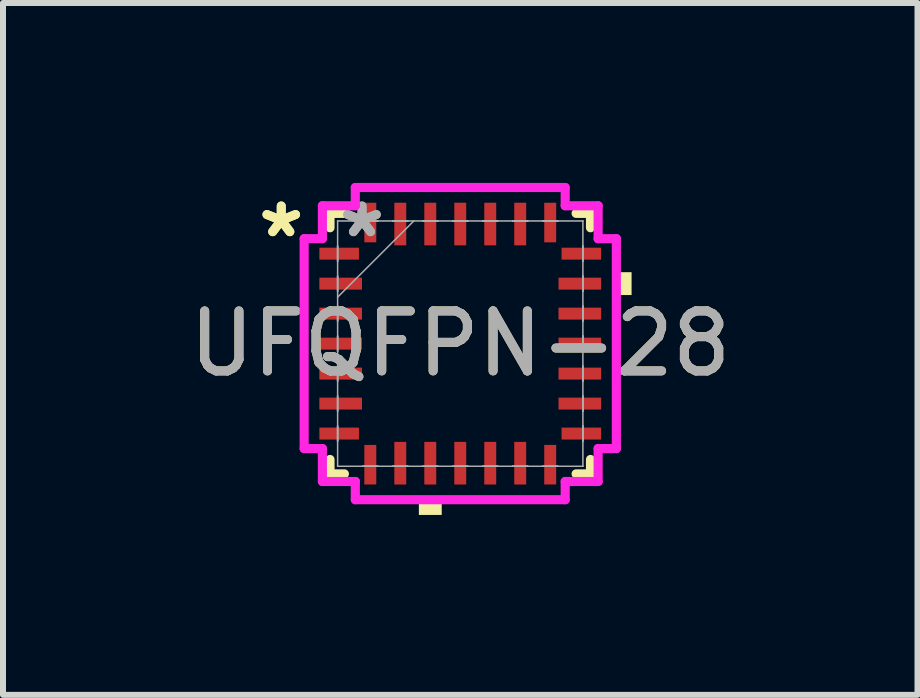
<source format=kicad_pcb>
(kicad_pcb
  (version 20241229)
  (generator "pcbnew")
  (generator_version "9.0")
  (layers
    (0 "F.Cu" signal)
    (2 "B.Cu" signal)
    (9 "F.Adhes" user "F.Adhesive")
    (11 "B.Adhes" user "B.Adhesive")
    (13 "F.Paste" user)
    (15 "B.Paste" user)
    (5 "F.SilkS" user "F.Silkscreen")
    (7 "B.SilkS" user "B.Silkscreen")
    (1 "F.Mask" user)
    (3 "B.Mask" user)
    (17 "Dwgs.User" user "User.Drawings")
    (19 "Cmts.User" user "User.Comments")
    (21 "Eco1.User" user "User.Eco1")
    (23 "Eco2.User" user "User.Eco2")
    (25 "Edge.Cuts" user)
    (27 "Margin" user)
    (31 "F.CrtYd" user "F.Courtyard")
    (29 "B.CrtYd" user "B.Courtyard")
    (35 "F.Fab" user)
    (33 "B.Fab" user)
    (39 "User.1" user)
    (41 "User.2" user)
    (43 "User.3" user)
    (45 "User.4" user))
  (footprint "UFQFPN-28"
    (layer "F.Cu")
    (at 4.625 2.68)
    (property "Reference" "UFQFPN-28" (at 0 0 0) (unlocked yes) (layer "F.SilkS") (effects (font (size 1 1) (thickness 0.15))))
    (attr smd)
    (fp_line (start -2.172 -2.172) (end -2.172 -1.932) (stroke (width 0.152) (type solid)) (layer "F.SilkS"))
    (fp_line (start -2.172 1.932) (end -2.172 2.172) (stroke (width 0.152) (type solid)) (layer "F.SilkS"))
    (fp_line (start -2.172 2.172) (end -1.932 2.172) (stroke (width 0.152) (type solid)) (layer "F.SilkS"))
    (fp_line (start -1.932 -2.172) (end -2.172 -2.172) (stroke (width 0.152) (type solid)) (layer "F.SilkS"))
    (fp_line (start 1.932 2.172) (end 2.172 2.172) (stroke (width 0.152) (type solid)) (layer "F.SilkS"))
    (fp_line (start 2.172 -2.172) (end 1.932 -2.172) (stroke (width 0.152) (type solid)) (layer "F.SilkS"))
    (fp_line (start 2.172 -1.932) (end 2.172 -2.172) (stroke (width 0.152) (type solid)) (layer "F.SilkS"))
    (fp_line (start 2.172 2.172) (end 2.172 1.932) (stroke (width 0.152) (type solid)) (layer "F.SilkS"))
    (fp_poly (pts (xy -0.69 2.603) (xy -0.69 2.857) (xy -0.309 2.857) (xy -0.309 2.603)) (stroke (width 0) (type solid)) (fill yes) (layer "F.SilkS"))
    (fp_poly (pts (xy 2.857 -1.191) (xy 2.857 -0.81) (xy 2.603 -0.81) (xy 2.603 -1.191)) (stroke (width 0) (type solid)) (fill yes) (layer "F.SilkS"))
    (fp_line (start -2.603 -1.75) (end -2.299 -1.75) (stroke (width 0.152) (type solid)) (layer "F.CrtYd"))
    (fp_line (start -2.603 1.75) (end -2.603 -1.75) (stroke (width 0.152) (type solid)) (layer "F.CrtYd"))
    (fp_line (start -2.299 -2.299) (end -1.75 -2.299) (stroke (width 0.152) (type solid)) (layer "F.CrtYd"))
    (fp_line (start -2.299 -1.75) (end -2.299 -2.299) (stroke (width 0.152) (type solid)) (layer "F.CrtYd"))
    (fp_line (start -2.299 1.75) (end -2.603 1.75) (stroke (width 0.152) (type solid)) (layer "F.CrtYd"))
    (fp_line (start -2.299 2.299) (end -2.299 1.75) (stroke (width 0.152) (type solid)) (layer "F.CrtYd"))
    (fp_line (start -1.75 -2.603) (end 1.75 -2.603) (stroke (width 0.152) (type solid)) (layer "F.CrtYd"))
    (fp_line (start -1.75 -2.299) (end -1.75 -2.603) (stroke (width 0.152) (type solid)) (layer "F.CrtYd"))
    (fp_line (start -1.75 2.299) (end -2.299 2.299) (stroke (width 0.152) (type solid)) (layer "F.CrtYd"))
    (fp_line (start -1.75 2.603) (end -1.75 2.299) (stroke (width 0.152) (type solid)) (layer "F.CrtYd"))
    (fp_line (start 1.75 -2.603) (end 1.75 -2.299) (stroke (width 0.152) (type solid)) (layer "F.CrtYd"))
    (fp_line (start 1.75 -2.299) (end 2.299 -2.299) (stroke (width 0.152) (type solid)) (layer "F.CrtYd"))
    (fp_line (start 1.75 2.299) (end 1.75 2.603) (stroke (width 0.152) (type solid)) (layer "F.CrtYd"))
    (fp_line (start 1.75 2.603) (end -1.75 2.603) (stroke (width 0.152) (type solid)) (layer "F.CrtYd"))
    (fp_line (start 2.299 -2.299) (end 2.299 -1.75) (stroke (width 0.152) (type solid)) (layer "F.CrtYd"))
    (fp_line (start 2.299 -1.75) (end 2.603 -1.75) (stroke (width 0.152) (type solid)) (layer "F.CrtYd"))
    (fp_line (start 2.299 1.75) (end 2.299 2.299) (stroke (width 0.152) (type solid)) (layer "F.CrtYd"))
    (fp_line (start 2.299 2.299) (end 1.75 2.299) (stroke (width 0.152) (type solid)) (layer "F.CrtYd"))
    (fp_line (start 2.603 -1.75) (end 2.603 1.75) (stroke (width 0.152) (type solid)) (layer "F.CrtYd"))
    (fp_line (start 2.603 1.75) (end 2.299 1.75) (stroke (width 0.152) (type solid)) (layer "F.CrtYd"))
    (fp_line (start -2.045 -2.045) (end -2.045 -2.045) (stroke (width 0.025) (type solid)) (layer "F.Fab"))
    (fp_line (start -2.045 -2.045) (end -2.045 2.045) (stroke (width 0.025) (type solid)) (layer "F.Fab"))
    (fp_line (start -2.045 -1.625) (end -2.045 -1.625) (stroke (width 0.025) (type solid)) (layer "F.Fab"))
    (fp_line (start -2.045 -1.625) (end -2.045 -1.375) (stroke (width 0.025) (type solid)) (layer "F.Fab"))
    (fp_line (start -2.045 -1.375) (end -2.045 -1.625) (stroke (width 0.025) (type solid)) (layer "F.Fab"))
    (fp_line (start -2.045 -1.375) (end -2.045 -1.375) (stroke (width 0.025) (type solid)) (layer "F.Fab"))
    (fp_line (start -2.045 -1.125) (end -2.045 -1.125) (stroke (width 0.025) (type solid)) (layer "F.Fab"))
    (fp_line (start -2.045 -1.125) (end -2.045 -0.875) (stroke (width 0.025) (type solid)) (layer "F.Fab"))
    (fp_line (start -2.045 -0.875) (end -2.045 -1.125) (stroke (width 0.025) (type solid)) (layer "F.Fab"))
    (fp_line (start -2.045 -0.875) (end -2.045 -0.875) (stroke (width 0.025) (type solid)) (layer "F.Fab"))
    (fp_line (start -2.045 -0.775) (end -0.775 -2.045) (stroke (width 0.025) (type solid)) (layer "F.Fab"))
    (fp_line (start -2.045 -0.625) (end -2.045 -0.625) (stroke (width 0.025) (type solid)) (layer "F.Fab"))
    (fp_line (start -2.045 -0.625) (end -2.045 -0.375) (stroke (width 0.025) (type solid)) (layer "F.Fab"))
    (fp_line (start -2.045 -0.375) (end -2.045 -0.625) (stroke (width 0.025) (type solid)) (layer "F.Fab"))
    (fp_line (start -2.045 -0.375) (end -2.045 -0.375) (stroke (width 0.025) (type solid)) (layer "F.Fab"))
    (fp_line (start -2.045 -0.125) (end -2.045 -0.125) (stroke (width 0.025) (type solid)) (layer "F.Fab"))
    (fp_line (start -2.045 -0.125) (end -2.045 0.125) (stroke (width 0.025) (type solid)) (layer "F.Fab"))
    (fp_line (start -2.045 0.125) (end -2.045 -0.125) (stroke (width 0.025) (type solid)) (layer "F.Fab"))
    (fp_line (start -2.045 0.125) (end -2.045 0.125) (stroke (width 0.025) (type solid)) (layer "F.Fab"))
    (fp_line (start -2.045 0.375) (end -2.045 0.375) (stroke (width 0.025) (type solid)) (layer "F.Fab"))
    (fp_line (start -2.045 0.375) (end -2.045 0.625) (stroke (width 0.025) (type solid)) (layer "F.Fab"))
    (fp_line (start -2.045 0.625) (end -2.045 0.375) (stroke (width 0.025) (type solid)) (layer "F.Fab"))
    (fp_line (start -2.045 0.625) (end -2.045 0.625) (stroke (width 0.025) (type solid)) (layer "F.Fab"))
    (fp_line (start -2.045 0.875) (end -2.045 0.875) (stroke (width 0.025) (type solid)) (layer "F.Fab"))
    (fp_line (start -2.045 0.875) (end -2.045 1.125) (stroke (width 0.025) (type solid)) (layer "F.Fab"))
    (fp_line (start -2.045 1.125) (end -2.045 0.875) (stroke (width 0.025) (type solid)) (layer "F.Fab"))
    (fp_line (start -2.045 1.125) (end -2.045 1.125) (stroke (width 0.025) (type solid)) (layer "F.Fab"))
    (fp_line (start -2.045 1.375) (end -2.045 1.375) (stroke (width 0.025) (type solid)) (layer "F.Fab"))
    (fp_line (start -2.045 1.375) (end -2.045 1.625) (stroke (width 0.025) (type solid)) (layer "F.Fab"))
    (fp_line (start -2.045 1.625) (end -2.045 1.375) (stroke (width 0.025) (type solid)) (layer "F.Fab"))
    (fp_line (start -2.045 1.625) (end -2.045 1.625) (stroke (width 0.025) (type solid)) (layer "F.Fab"))
    (fp_line (start -2.045 2.045) (end -2.045 2.045) (stroke (width 0.025) (type solid)) (layer "F.Fab"))
    (fp_line (start -2.045 2.045) (end 2.045 2.045) (stroke (width 0.025) (type solid)) (layer "F.Fab"))
    (fp_line (start -1.625 -2.045) (end -1.625 -2.045) (stroke (width 0.025) (type solid)) (layer "F.Fab"))
    (fp_line (start -1.625 -2.045) (end -1.375 -2.045) (stroke (width 0.025) (type solid)) (layer "F.Fab"))
    (fp_line (start -1.625 2.045) (end -1.625 2.045) (stroke (width 0.025) (type solid)) (layer "F.Fab"))
    (fp_line (start -1.625 2.045) (end -1.375 2.045) (stroke (width 0.025) (type solid)) (layer "F.Fab"))
    (fp_line (start -1.375 -2.045) (end -1.625 -2.045) (stroke (width 0.025) (type solid)) (layer "F.Fab"))
    (fp_line (start -1.375 -2.045) (end -1.375 -2.045) (stroke (width 0.025) (type solid)) (layer "F.Fab"))
    (fp_line (start -1.375 2.045) (end -1.625 2.045) (stroke (width 0.025) (type solid)) (layer "F.Fab"))
    (fp_line (start -1.375 2.045) (end -1.375 2.045) (stroke (width 0.025) (type solid)) (layer "F.Fab"))
    (fp_line (start -1.125 -2.045) (end -1.125 -2.045) (stroke (width 0.025) (type solid)) (layer "F.Fab"))
    (fp_line (start -1.125 -2.045) (end -0.875 -2.045) (stroke (width 0.025) (type solid)) (layer "F.Fab"))
    (fp_line (start -1.125 2.045) (end -1.125 2.045) (stroke (width 0.025) (type solid)) (layer "F.Fab"))
    (fp_line (start -1.125 2.045) (end -0.875 2.045) (stroke (width 0.025) (type solid)) (layer "F.Fab"))
    (fp_line (start -0.875 -2.045) (end -1.125 -2.045) (stroke (width 0.025) (type solid)) (layer "F.Fab"))
    (fp_line (start -0.875 -2.045) (end -0.875 -2.045) (stroke (width 0.025) (type solid)) (layer "F.Fab"))
    (fp_line (start -0.875 2.045) (end -1.125 2.045) (stroke (width 0.025) (type solid)) (layer "F.Fab"))
    (fp_line (start -0.875 2.045) (end -0.875 2.045) (stroke (width 0.025) (type solid)) (layer "F.Fab"))
    (fp_line (start -0.625 -2.045) (end -0.625 -2.045) (stroke (width 0.025) (type solid)) (layer "F.Fab"))
    (fp_line (start -0.625 -2.045) (end -0.375 -2.045) (stroke (width 0.025) (type solid)) (layer "F.Fab"))
    (fp_line (start -0.625 2.045) (end -0.625 2.045) (stroke (width 0.025) (type solid)) (layer "F.Fab"))
    (fp_line (start -0.625 2.045) (end -0.375 2.045) (stroke (width 0.025) (type solid)) (layer "F.Fab"))
    (fp_line (start -0.375 -2.045) (end -0.625 -2.045) (stroke (width 0.025) (type solid)) (layer "F.Fab"))
    (fp_line (start -0.375 -2.045) (end -0.375 -2.045) (stroke (width 0.025) (type solid)) (layer "F.Fab"))
    (fp_line (start -0.375 2.045) (end -0.625 2.045) (stroke (width 0.025) (type solid)) (layer "F.Fab"))
    (fp_line (start -0.375 2.045) (end -0.375 2.045) (stroke (width 0.025) (type solid)) (layer "F.Fab"))
    (fp_line (start -0.125 -2.045) (end -0.125 -2.045) (stroke (width 0.025) (type solid)) (layer "F.Fab"))
    (fp_line (start -0.125 -2.045) (end 0.125 -2.045) (stroke (width 0.025) (type solid)) (layer "F.Fab"))
    (fp_line (start -0.125 2.045) (end -0.125 2.045) (stroke (width 0.025) (type solid)) (layer "F.Fab"))
    (fp_line (start -0.125 2.045) (end 0.125 2.045) (stroke (width 0.025) (type solid)) (layer "F.Fab"))
    (fp_line (start 0.125 -2.045) (end -0.125 -2.045) (stroke (width 0.025) (type solid)) (layer "F.Fab"))
    (fp_line (start 0.125 -2.045) (end 0.125 -2.045) (stroke (width 0.025) (type solid)) (layer "F.Fab"))
    (fp_line (start 0.125 2.045) (end -0.125 2.045) (stroke (width 0.025) (type solid)) (layer "F.Fab"))
    (fp_line (start 0.125 2.045) (end 0.125 2.045) (stroke (width 0.025) (type solid)) (layer "F.Fab"))
    (fp_line (start 0.375 -2.045) (end 0.375 -2.045) (stroke (width 0.025) (type solid)) (layer "F.Fab"))
    (fp_line (start 0.375 -2.045) (end 0.625 -2.045) (stroke (width 0.025) (type solid)) (layer "F.Fab"))
    (fp_line (start 0.375 2.045) (end 0.375 2.045) (stroke (width 0.025) (type solid)) (layer "F.Fab"))
    (fp_line (start 0.375 2.045) (end 0.625 2.045) (stroke (width 0.025) (type solid)) (layer "F.Fab"))
    (fp_line (start 0.625 -2.045) (end 0.375 -2.045) (stroke (width 0.025) (type solid)) (layer "F.Fab"))
    (fp_line (start 0.625 -2.045) (end 0.625 -2.045) (stroke (width 0.025) (type solid)) (layer "F.Fab"))
    (fp_line (start 0.625 2.045) (end 0.375 2.045) (stroke (width 0.025) (type solid)) (layer "F.Fab"))
    (fp_line (start 0.625 2.045) (end 0.625 2.045) (stroke (width 0.025) (type solid)) (layer "F.Fab"))
    (fp_line (start 0.875 -2.045) (end 0.875 -2.045) (stroke (width 0.025) (type solid)) (layer "F.Fab"))
    (fp_line (start 0.875 -2.045) (end 1.125 -2.045) (stroke (width 0.025) (type solid)) (layer "F.Fab"))
    (fp_line (start 0.875 2.045) (end 0.875 2.045) (stroke (width 0.025) (type solid)) (layer "F.Fab"))
    (fp_line (start 0.875 2.045) (end 1.125 2.045) (stroke (width 0.025) (type solid)) (layer "F.Fab"))
    (fp_line (start 1.125 -2.045) (end 0.875 -2.045) (stroke (width 0.025) (type solid)) (layer "F.Fab"))
    (fp_line (start 1.125 -2.045) (end 1.125 -2.045) (stroke (width 0.025) (type solid)) (layer "F.Fab"))
    (fp_line (start 1.125 2.045) (end 0.875 2.045) (stroke (width 0.025) (type solid)) (layer "F.Fab"))
    (fp_line (start 1.125 2.045) (end 1.125 2.045) (stroke (width 0.025) (type solid)) (layer "F.Fab"))
    (fp_line (start 1.375 -2.045) (end 1.375 -2.045) (stroke (width 0.025) (type solid)) (layer "F.Fab"))
    (fp_line (start 1.375 -2.045) (end 1.625 -2.045) (stroke (width 0.025) (type solid)) (layer "F.Fab"))
    (fp_line (start 1.375 2.045) (end 1.375 2.045) (stroke (width 0.025) (type solid)) (layer "F.Fab"))
    (fp_line (start 1.375 2.045) (end 1.625 2.045) (stroke (width 0.025) (type solid)) (layer "F.Fab"))
    (fp_line (start 1.625 -2.045) (end 1.375 -2.045) (stroke (width 0.025) (type solid)) (layer "F.Fab"))
    (fp_line (start 1.625 -2.045) (end 1.625 -2.045) (stroke (width 0.025) (type solid)) (layer "F.Fab"))
    (fp_line (start 1.625 2.045) (end 1.375 2.045) (stroke (width 0.025) (type solid)) (layer "F.Fab"))
    (fp_line (start 1.625 2.045) (end 1.625 2.045) (stroke (width 0.025) (type solid)) (layer "F.Fab"))
    (fp_line (start 2.045 -2.045) (end -2.045 -2.045) (stroke (width 0.025) (type solid)) (layer "F.Fab"))
    (fp_line (start 2.045 -2.045) (end 2.045 -2.045) (stroke (width 0.025) (type solid)) (layer "F.Fab"))
    (fp_line (start 2.045 -1.625) (end 2.045 -1.625) (stroke (width 0.025) (type solid)) (layer "F.Fab"))
    (fp_line (start 2.045 -1.625) (end 2.045 -1.375) (stroke (width 0.025) (type solid)) (layer "F.Fab"))
    (fp_line (start 2.045 -1.375) (end 2.045 -1.625) (stroke (width 0.025) (type solid)) (layer "F.Fab"))
    (fp_line (start 2.045 -1.375) (end 2.045 -1.375) (stroke (width 0.025) (type solid)) (layer "F.Fab"))
    (fp_line (start 2.045 -1.125) (end 2.045 -1.125) (stroke (width 0.025) (type solid)) (layer "F.Fab"))
    (fp_line (start 2.045 -1.125) (end 2.045 -0.875) (stroke (width 0.025) (type solid)) (layer "F.Fab"))
    (fp_line (start 2.045 -0.875) (end 2.045 -1.125) (stroke (width 0.025) (type solid)) (layer "F.Fab"))
    (fp_line (start 2.045 -0.875) (end 2.045 -0.875) (stroke (width 0.025) (type solid)) (layer "F.Fab"))
    (fp_line (start 2.045 -0.625) (end 2.045 -0.625) (stroke (width 0.025) (type solid)) (layer "F.Fab"))
    (fp_line (start 2.045 -0.625) (end 2.045 -0.375) (stroke (width 0.025) (type solid)) (layer "F.Fab"))
    (fp_line (start 2.045 -0.375) (end 2.045 -0.625) (stroke (width 0.025) (type solid)) (layer "F.Fab"))
    (fp_line (start 2.045 -0.375) (end 2.045 -0.375) (stroke (width 0.025) (type solid)) (layer "F.Fab"))
    (fp_line (start 2.045 -0.125) (end 2.045 -0.125) (stroke (width 0.025) (type solid)) (layer "F.Fab"))
    (fp_line (start 2.045 -0.125) (end 2.045 0.125) (stroke (width 0.025) (type solid)) (layer "F.Fab"))
    (fp_line (start 2.045 0.125) (end 2.045 -0.125) (stroke (width 0.025) (type solid)) (layer "F.Fab"))
    (fp_line (start 2.045 0.125) (end 2.045 0.125) (stroke (width 0.025) (type solid)) (layer "F.Fab"))
    (fp_line (start 2.045 0.375) (end 2.045 0.375) (stroke (width 0.025) (type solid)) (layer "F.Fab"))
    (fp_line (start 2.045 0.375) (end 2.045 0.625) (stroke (width 0.025) (type solid)) (layer "F.Fab"))
    (fp_line (start 2.045 0.625) (end 2.045 0.375) (stroke (width 0.025) (type solid)) (layer "F.Fab"))
    (fp_line (start 2.045 0.625) (end 2.045 0.625) (stroke (width 0.025) (type solid)) (layer "F.Fab"))
    (fp_line (start 2.045 0.875) (end 2.045 0.875) (stroke (width 0.025) (type solid)) (layer "F.Fab"))
    (fp_line (start 2.045 0.875) (end 2.045 1.125) (stroke (width 0.025) (type solid)) (layer "F.Fab"))
    (fp_line (start 2.045 1.125) (end 2.045 0.875) (stroke (width 0.025) (type solid)) (layer "F.Fab"))
    (fp_line (start 2.045 1.125) (end 2.045 1.125) (stroke (width 0.025) (type solid)) (layer "F.Fab"))
    (fp_line (start 2.045 1.375) (end 2.045 1.375) (stroke (width 0.025) (type solid)) (layer "F.Fab"))
    (fp_line (start 2.045 1.375) (end 2.045 1.625) (stroke (width 0.025) (type solid)) (layer "F.Fab"))
    (fp_line (start 2.045 1.625) (end 2.045 1.375) (stroke (width 0.025) (type solid)) (layer "F.Fab"))
    (fp_line (start 2.045 1.625) (end 2.045 1.625) (stroke (width 0.025) (type solid)) (layer "F.Fab"))
    (fp_line (start 2.045 2.045) (end 2.045 -2.045) (stroke (width 0.025) (type solid)) (layer "F.Fab"))
    (fp_line (start 2.045 2.045) (end 2.045 2.045) (stroke (width 0.025) (type solid)) (layer "F.Fab"))
    (fp_text user "*" (at -2.985 -1.75 0) (unlocked yes) (layer "F.SilkS") (effects (font (size 1 1) (thickness 0.15))))
    (fp_text user "*" (at -2.985 -1.75 0) (layer "F.SilkS") (effects (font (size 1 1) (thickness 0.15))))
    (fp_text user "*" (at -1.638 -1.75 0) (layer "F.Fab") (effects (font (size 1 1) (thickness 0.15))))
    (fp_text user "*" (at -1.638 -1.75 0) (unlocked yes) (layer "F.Fab") (effects (font (size 1 1) (thickness 0.15))))
    (fp_text user "${REFERENCE}" (at 0 0 0) (unlocked yes) (layer "F.Fab") (effects (font (size 1 1) (thickness 0.15))))
    (pad "1" smd rect (at -2.019 -1.5 90) (size 0.199 0.66) (layers "F.Cu" "F.Mask" "F.Paste"))
    (pad "2" smd rect (at -1.994 -1 90) (size 0.199 0.711) (layers "F.Cu" "F.Mask" "F.Paste"))
    (pad "3" smd rect (at -1.994 -0.5 90) (size 0.199 0.711) (layers "F.Cu" "F.Mask" "F.Paste"))
    (pad "4" smd rect (at -1.994 0 90) (size 0.199 0.711) (layers "F.Cu" "F.Mask" "F.Paste"))
    (pad "5" smd rect (at -1.994 0.5 90) (size 0.199 0.711) (layers "F.Cu" "F.Mask" "F.Paste"))
    (pad "6" smd rect (at -1.994 1 90) (size 0.199 0.711) (layers "F.Cu" "F.Mask" "F.Paste"))
    (pad "7" smd rect (at -2.019 1.5 90) (size 0.199 0.66) (layers "F.Cu" "F.Mask" "F.Paste"))
    (pad "8" smd rect (at -1.5 2.019) (size 0.199 0.66) (layers "F.Cu" "F.Mask" "F.Paste"))
    (pad "9" smd rect (at -1 1.994) (size 0.199 0.711) (layers "F.Cu" "F.Mask" "F.Paste"))
    (pad "10" smd rect (at -0.5 1.994) (size 0.199 0.711) (layers "F.Cu" "F.Mask" "F.Paste"))
    (pad "11" smd rect (at 0 1.994) (size 0.199 0.711) (layers "F.Cu" "F.Mask" "F.Paste"))
    (pad "12" smd rect (at 0.5 1.994) (size 0.199 0.711) (layers "F.Cu" "F.Mask" "F.Paste"))
    (pad "13" smd rect (at 1 1.994) (size 0.199 0.711) (layers "F.Cu" "F.Mask" "F.Paste"))
    (pad "14" smd rect (at 1.5 2.019) (size 0.199 0.66) (layers "F.Cu" "F.Mask" "F.Paste"))
    (pad "15" smd rect (at 2.019 1.5 90) (size 0.199 0.66) (layers "F.Cu" "F.Mask" "F.Paste"))
    (pad "16" smd rect (at 1.994 1 90) (size 0.199 0.711) (layers "F.Cu" "F.Mask" "F.Paste"))
    (pad "17" smd rect (at 1.994 0.5 90) (size 0.199 0.711) (layers "F.Cu" "F.Mask" "F.Paste"))
    (pad "18" smd rect (at 1.994 0 90) (size 0.199 0.711) (layers "F.Cu" "F.Mask" "F.Paste"))
    (pad "19" smd rect (at 1.994 -0.5 90) (size 0.199 0.711) (layers "F.Cu" "F.Mask" "F.Paste"))
    (pad "20" smd rect (at 1.994 -1 90) (size 0.199 0.711) (layers "F.Cu" "F.Mask" "F.Paste"))
    (pad "21" smd rect (at 2.019 -1.5 90) (size 0.199 0.66) (layers "F.Cu" "F.Mask" "F.Paste"))
    (pad "22" smd rect (at 1.5 -2.019) (size 0.199 0.66) (layers "F.Cu" "F.Mask" "F.Paste"))
    (pad "23" smd rect (at 1 -1.994) (size 0.199 0.711) (layers "F.Cu" "F.Mask" "F.Paste"))
    (pad "24" smd rect (at 0.5 -1.994) (size 0.199 0.711) (layers "F.Cu" "F.Mask" "F.Paste"))
    (pad "25" smd rect (at 0 -1.994) (size 0.199 0.711) (layers "F.Cu" "F.Mask" "F.Paste"))
    (pad "26" smd rect (at -0.5 -1.994) (size 0.199 0.711) (layers "F.Cu" "F.Mask" "F.Paste"))
    (pad "27" smd rect (at -1 -1.994) (size 0.199 0.711) (layers "F.Cu" "F.Mask" "F.Paste"))
    (pad "28" smd rect (at -1.5 -2.019) (size 0.199 0.66) (layers "F.Cu" "F.Mask" "F.Paste")))
  (gr_rect
    (start -3 -3)
    (end 12.25 8.537)
    (stroke (width 0.1) (type default))
    (fill no)
    (layer "Edge.Cuts")))
</source>
